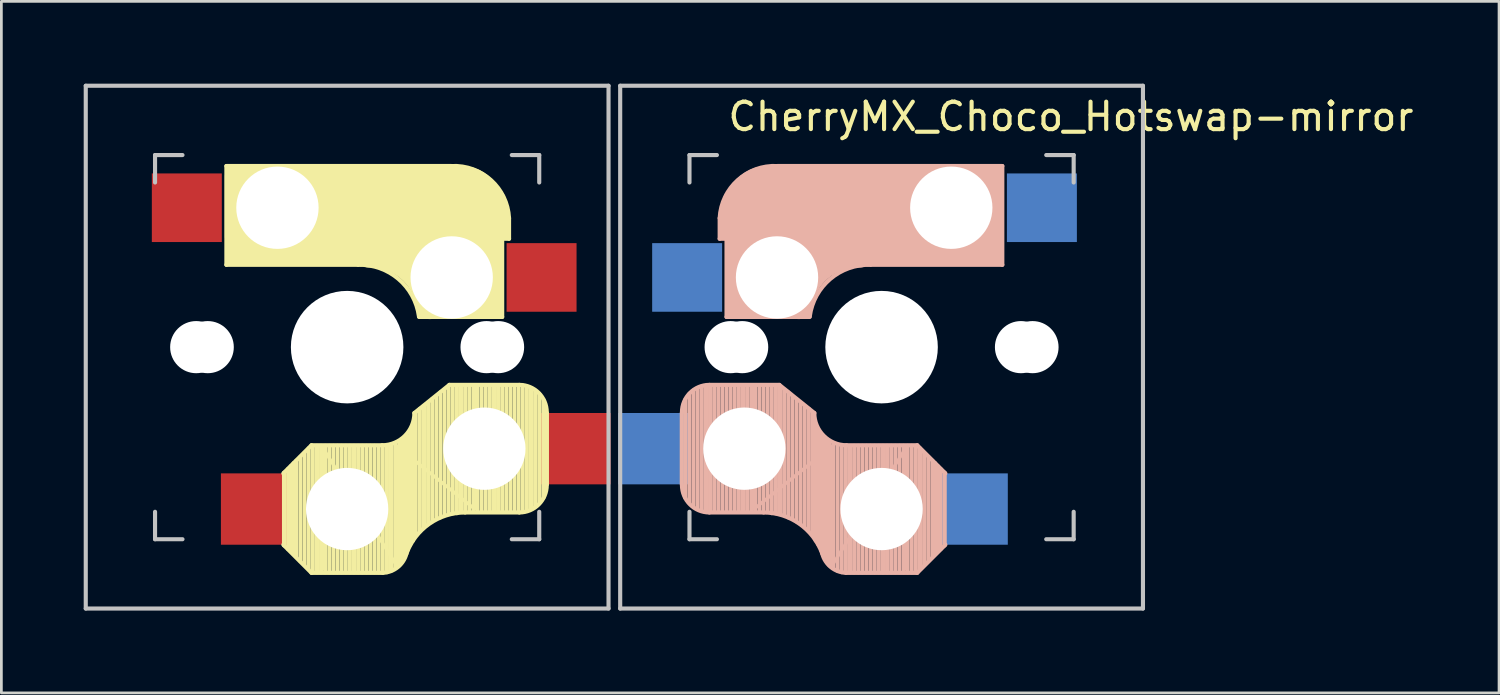
<source format=kicad_pcb>
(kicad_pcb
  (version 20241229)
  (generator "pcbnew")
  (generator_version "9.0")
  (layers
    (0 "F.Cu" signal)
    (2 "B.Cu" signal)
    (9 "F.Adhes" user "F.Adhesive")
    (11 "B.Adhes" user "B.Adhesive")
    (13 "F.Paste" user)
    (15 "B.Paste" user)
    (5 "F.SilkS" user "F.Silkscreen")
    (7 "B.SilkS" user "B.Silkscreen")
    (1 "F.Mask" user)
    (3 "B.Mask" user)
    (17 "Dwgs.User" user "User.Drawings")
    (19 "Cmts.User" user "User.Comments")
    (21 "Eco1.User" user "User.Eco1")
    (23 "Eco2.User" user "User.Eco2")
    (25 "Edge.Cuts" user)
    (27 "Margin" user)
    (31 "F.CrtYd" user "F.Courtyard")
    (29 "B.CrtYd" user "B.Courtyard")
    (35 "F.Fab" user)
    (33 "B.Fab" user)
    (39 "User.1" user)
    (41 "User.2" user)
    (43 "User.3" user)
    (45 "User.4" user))
  (footprint "CherryMX_Choco_Hotswap-mirror"
    (layer "F.Cu")
    (at 29.075 9.6)
    (property "Reference" "CherryMX_Choco_Hotswap-mirror" (at 6.9 -8.4 0) (layer "F.SilkS") (effects (font (size 1 1) (thickness 0.15))))
    (attr through_hole)
    (fp_line (start -23.875 -6.6) (end -15.675 -6.6) (stroke (width 0.15) (type solid)) (layer "F.SilkS"))
    (fp_line (start -23.875 -3) (end -23.875 -6.6) (stroke (width 0.15) (type solid)) (layer "F.SilkS"))
    (fp_line (start -23.855 -4) (end -23.855 -6.25) (stroke (width 0.15) (type solid)) (layer "F.SilkS"))
    (fp_line (start -23.725 -6.4) (end -22.475 -6.4) (stroke (width 0.4) (type solid)) (layer "F.SilkS"))
    (fp_line (start -23.675 -3.25) (end -22.375 -3.3) (stroke (width 0.5) (type solid)) (layer "F.SilkS"))
    (fp_line (start -23.375 -6) (end -23.375 -3.5) (stroke (width 1) (type solid)) (layer "F.SilkS"))
    (fp_line (start -22.075 -4.8) (end -15.375 -4.8) (stroke (width 3.5) (type solid)) (layer "F.SilkS"))
    (fp_line (start -21.8 7.2) (end -20.775 8.225) (stroke (width 0.15) (type solid)) (layer "F.SilkS"))
    (fp_line (start -21.775 4.575) (end -21.775 7.225) (stroke (width 0.15) (type solid)) (layer "F.SilkS"))
    (fp_line (start -21.625 7.36) (end -21.625 4.44) (stroke (width 0.15) (type solid)) (layer "F.SilkS"))
    (fp_line (start -21.525 7.44) (end -21.525 4.34) (stroke (width 0.15) (type solid)) (layer "F.SilkS"))
    (fp_line (start -21.425 7.54) (end -21.425 4.23) (stroke (width 0.15) (type solid)) (layer "F.SilkS"))
    (fp_line (start -21.325 7.64) (end -21.325 4.14) (stroke (width 0.15) (type solid)) (layer "F.SilkS"))
    (fp_line (start -21.175 7.8) (end -21.175 4) (stroke (width 0.15) (type solid)) (layer "F.SilkS"))
    (fp_line (start -21.025 7.93) (end -21.025 3.85) (stroke (width 0.15) (type solid)) (layer "F.SilkS"))
    (fp_line (start -20.875 8.09) (end -20.875 3.69) (stroke (width 0.15) (type solid)) (layer "F.SilkS"))
    (fp_line (start -20.775 3.575) (end -21.8 4.6) (stroke (width 0.15) (type solid)) (layer "F.SilkS"))
    (fp_line (start -20.775 3.575) (end -18.2 3.575) (stroke (width 0.15) (type solid)) (layer "F.SilkS"))
    (fp_line (start -20.775 8.225) (end -18.175 8.225) (stroke (width 0.15) (type solid)) (layer "F.SilkS"))
    (fp_line (start -20.725 8.2) (end -20.725 3.6) (stroke (width 0.15) (type solid)) (layer "F.SilkS"))
    (fp_line (start -20.575 8.2) (end -20.575 3.6) (stroke (width 0.15) (type solid)) (layer "F.SilkS"))
    (fp_line (start -20.425 8.2) (end -20.425 3.6) (stroke (width 0.15) (type solid)) (layer "F.SilkS"))
    (fp_line (start -20.375 3.65) (end -17.675 7.95) (stroke (width 0.12) (type solid)) (layer "F.SilkS"))
    (fp_line (start -20.375 8.1) (end -20.375 3.65) (stroke (width 0.12) (type solid)) (layer "F.SilkS"))
    (fp_line (start -20.275 8.2) (end -20.275 3.6) (stroke (width 0.15) (type solid)) (layer "F.SilkS"))
    (fp_line (start -20.125 8.2) (end -20.125 3.6) (stroke (width 0.15) (type solid)) (layer "F.SilkS"))
    (fp_line (start -19.975 8.2) (end -19.975 3.6) (stroke (width 0.15) (type solid)) (layer "F.SilkS"))
    (fp_line (start -19.825 8.2) (end -19.825 3.6) (stroke (width 0.15) (type solid)) (layer "F.SilkS"))
    (fp_line (start -19.675 8.2) (end -19.675 3.6) (stroke (width 0.15) (type solid)) (layer "F.SilkS"))
    (fp_line (start -19.525 8.2) (end -19.525 3.6) (stroke (width 0.15) (type solid)) (layer "F.SilkS"))
    (fp_line (start -19.375 8.2) (end -19.375 3.6) (stroke (width 0.15) (type solid)) (layer "F.SilkS"))
    (fp_line (start -19.225 8.2) (end -19.225 3.6) (stroke (width 0.15) (type solid)) (layer "F.SilkS"))
    (fp_line (start -19.075 -3) (end -23.875 -3) (stroke (width 0.15) (type solid)) (layer "F.SilkS"))
    (fp_line (start -19.075 8.2) (end -19.075 3.6) (stroke (width 0.15) (type solid)) (layer "F.SilkS"))
    (fp_line (start -18.925 8.2) (end -18.925 3.6) (stroke (width 0.15) (type solid)) (layer "F.SilkS"))
    (fp_line (start -18.775 8.2) (end -18.775 3.6) (stroke (width 0.15) (type solid)) (layer "F.SilkS"))
    (fp_line (start -18.625 8.2) (end -18.625 3.6) (stroke (width 0.15) (type solid)) (layer "F.SilkS"))
    (fp_line (start -18.475 8.2) (end -18.475 3.6) (stroke (width 0.15) (type solid)) (layer "F.SilkS"))
    (fp_line (start -18.325 8.2) (end -18.325 3.65) (stroke (width 0.15) (type solid)) (layer "F.SilkS"))
    (fp_line (start -18.175 8.2) (end -18.175 3.6) (stroke (width 0.15) (type solid)) (layer "F.SilkS"))
    (fp_line (start -18.025 8.2) (end -18.025 3.6) (stroke (width 0.15) (type solid)) (layer "F.SilkS"))
    (fp_line (start -17.875 8.15) (end -17.875 3.6) (stroke (width 0.15) (type solid)) (layer "F.SilkS"))
    (fp_line (start -17.725 8.05) (end -17.725 3.5) (stroke (width 0.15) (type solid)) (layer "F.SilkS"))
    (fp_line (start -17.675 3.6) (end -14.825 5.9) (stroke (width 0.12) (type solid)) (layer "F.SilkS"))
    (fp_line (start -17.675 7.95) (end -17.675 3.6) (stroke (width 0.12) (type solid)) (layer "F.SilkS"))
    (fp_line (start -17.575 7.95) (end -17.575 3.45) (stroke (width 0.15) (type solid)) (layer "F.SilkS"))
    (fp_line (start -17.475 7.8) (end -17.475 3.4) (stroke (width 0.15) (type solid)) (layer "F.SilkS"))
    (fp_line (start -17.375 7.55) (end -17.375 3.35) (stroke (width 0.15) (type solid)) (layer "F.SilkS"))
    (fp_line (start -17.275 7.4) (end -17.275 3.25) (stroke (width 0.15) (type solid)) (layer "F.SilkS"))
    (fp_line (start -17.175 7.2) (end -17.175 3.05) (stroke (width 0.15) (type solid)) (layer "F.SilkS"))
    (fp_line (start -17.075 7.05) (end -17.075 2.9) (stroke (width 0.15) (type solid)) (layer "F.SilkS"))
    (fp_line (start -16.975 6.85) (end -16.975 2.4) (stroke (width 0.15) (type solid)) (layer "F.SilkS"))
    (fp_line (start -16.825 6.7) (end -16.825 2.25) (stroke (width 0.15) (type solid)) (layer "F.SilkS"))
    (fp_line (start -16.675 6.55) (end -16.675 2.15) (stroke (width 0.15) (type solid)) (layer "F.SilkS"))
    (fp_line (start -16.525 6.45) (end -16.525 2.05) (stroke (width 0.15) (type solid)) (layer "F.SilkS"))
    (fp_line (start -16.375 6.35) (end -16.375 1.9) (stroke (width 0.15) (type solid)) (layer "F.SilkS"))
    (fp_line (start -16.225 6.25) (end -16.225 1.8) (stroke (width 0.15) (type solid)) (layer "F.SilkS"))
    (fp_line (start -16.075 6.2) (end -16.075 1.65) (stroke (width 0.15) (type solid)) (layer "F.SilkS"))
    (fp_line (start -15.925 6.1) (end -15.925 1.55) (stroke (width 0.15) (type solid)) (layer "F.SilkS"))
    (fp_line (start -15.775 6.05) (end -15.775 1.45) (stroke (width 0.15) (type solid)) (layer "F.SilkS"))
    (fp_line (start -15.75 1.375) (end -17.025 2.4) (stroke (width 0.15) (type solid)) (layer "F.SilkS"))
    (fp_line (start -15.75 1.375) (end -13.2 1.375) (stroke (width 0.15) (type solid)) (layer "F.SilkS"))
    (fp_line (start -15.625 6.05) (end -15.625 1.4) (stroke (width 0.15) (type solid)) (layer "F.SilkS"))
    (fp_line (start -15.475 6.05) (end -15.475 1.4) (stroke (width 0.15) (type solid)) (layer "F.SilkS"))
    (fp_line (start -15.325 6) (end -15.325 1.45) (stroke (width 0.15) (type solid)) (layer "F.SilkS"))
    (fp_line (start -15.305 -5.1) (end -15.305 -2.86) (stroke (width 3) (type solid)) (layer "F.SilkS"))
    (fp_line (start -15.175 6) (end -15.175 1.4) (stroke (width 0.15) (type solid)) (layer "F.SilkS"))
    (fp_line (start -15.175 6.025) (end -13.2 6.025) (stroke (width 0.15) (type solid)) (layer "F.SilkS"))
    (fp_line (start -15.025 6) (end -15.025 1.4) (stroke (width 0.15) (type solid)) (layer "F.SilkS"))
    (fp_line (start -14.875 6) (end -14.875 1.4) (stroke (width 0.15) (type solid)) (layer "F.SilkS"))
    (fp_line (start -14.825 5.9) (end -14.825 1.4) (stroke (width 0.12) (type solid)) (layer "F.SilkS"))
    (fp_line (start -14.725 6) (end -14.725 1.4) (stroke (width 0.15) (type solid)) (layer "F.SilkS"))
    (fp_line (start -14.575 6) (end -14.575 1.4) (stroke (width 0.15) (type solid)) (layer "F.SilkS"))
    (fp_line (start -14.425 6) (end -14.425 1.4) (stroke (width 0.15) (type solid)) (layer "F.SilkS"))
    (fp_line (start -14.275 6) (end -14.275 1.4) (stroke (width 0.15) (type solid)) (layer "F.SilkS"))
    (fp_line (start -14.175 -1.6) (end -14.175 -3.4) (stroke (width 0.8) (type solid)) (layer "F.SilkS"))
    (fp_line (start -14.125 6) (end -14.125 1.4) (stroke (width 0.15) (type solid)) (layer "F.SilkS"))
    (fp_line (start -14.025 -1.3) (end -16.475 -1.3) (stroke (width 0.5) (type solid)) (layer "F.SilkS"))
    (fp_line (start -13.975 6) (end -13.975 1.4) (stroke (width 0.15) (type solid)) (layer "F.SilkS"))
    (fp_line (start -13.825 -5.55) (end -13.825 -1.1) (stroke (width 0.15) (type solid)) (layer "F.SilkS"))
    (fp_line (start -13.825 -1.1) (end -16.855 -1.1) (stroke (width 0.15) (type solid)) (layer "F.SilkS"))
    (fp_line (start -13.825 6) (end -13.825 1.4) (stroke (width 0.15) (type solid)) (layer "F.SilkS"))
    (fp_line (start -13.675 -4.05) (end -13.675 -4.7) (stroke (width 0.3) (type solid)) (layer "F.SilkS"))
    (fp_line (start -13.675 6) (end -13.675 1.4) (stroke (width 0.15) (type solid)) (layer "F.SilkS"))
    (fp_line (start -13.575 -4.7) (end -13.575 -3.95) (stroke (width 0.15) (type solid)) (layer "F.SilkS"))
    (fp_line (start -13.575 -3.95) (end -13.775 -3.95) (stroke (width 0.15) (type solid)) (layer "F.SilkS"))
    (fp_line (start -13.525 6) (end -13.525 1.4) (stroke (width 0.15) (type solid)) (layer "F.SilkS"))
    (fp_line (start -13.375 6) (end -13.375 1.4) (stroke (width 0.15) (type solid)) (layer "F.SilkS"))
    (fp_line (start -13.225 6) (end -13.225 1.4) (stroke (width 0.15) (type solid)) (layer "F.SilkS"))
    (fp_line (start -13.075 5.98) (end -13.075 1.4) (stroke (width 0.15) (type solid)) (layer "F.SilkS"))
    (fp_line (start -12.925 5.96) (end -12.925 1.44) (stroke (width 0.15) (type solid)) (layer "F.SilkS"))
    (fp_line (start -12.775 5.89) (end -12.775 1.49) (stroke (width 0.15) (type solid)) (layer "F.SilkS"))
    (fp_line (start -12.625 5.81) (end -12.625 1.58) (stroke (width 0.15) (type solid)) (layer "F.SilkS"))
    (fp_line (start -12.475 5.68) (end -12.475 1.7) (stroke (width 0.15) (type solid)) (layer "F.SilkS"))
    (fp_line (start -12.325 5.49) (end -12.325 1.92) (stroke (width 0.15) (type solid)) (layer "F.SilkS"))
    (fp_line (start -12.195 2.4) (end -12.195 5) (stroke (width 0.15) (type solid)) (layer "F.SilkS"))
    (fp_arc (start -19.075 -3) (mid -17.606291 -2.486118) (end -16.858682 -1.121471) (stroke (width 0.15) (type solid)) (layer "F.SilkS"))
    (fp_arc (start -18.675 -3.4) (mid -17.206291 -2.886118) (end -16.458682 -1.521471) (stroke (width 1) (type solid)) (layer "F.SilkS"))
    (fp_arc (start -17.312801 7.521904) (mid -17.626716 8.016021) (end -18.174005 8.223791) (stroke (width 0.15) (type solid)) (layer "F.SilkS"))
    (fp_arc (start -17.312801 7.521904) (mid -16.479886 6.436429) (end -15.175 6.025) (stroke (width 0.15) (type solid)) (layer "F.SilkS"))
    (fp_arc (start -17.025 2.4) (mid -17.36915 3.23085) (end -18.2 3.575) (stroke (width 0.15) (type solid)) (layer "F.SilkS"))
    (fp_arc (start -15.674999 -6.6) (mid -14.231496 -6.084924) (end -13.575 -4.699999) (stroke (width 0.15) (type solid)) (layer "F.SilkS"))
    (fp_arc (start -13.2 1.375) (mid -12.492893 1.667893) (end -12.2 2.375) (stroke (width 0.15) (type solid)) (layer "F.SilkS"))
    (fp_arc (start -12.2 5.025) (mid -12.492893 5.732107) (end -13.2 6.025) (stroke (width 0.15) (type solid)) (layer "F.SilkS"))
    (fp_line (start -7.28 2.4) (end -7.28 5) (stroke (width 0.15) (type solid)) (layer "B.SilkS"))
    (fp_line (start -7.15 5.49) (end -7.15 1.92) (stroke (width 0.15) (type solid)) (layer "B.SilkS"))
    (fp_line (start -7 5.68) (end -7 1.7) (stroke (width 0.15) (type solid)) (layer "B.SilkS"))
    (fp_line (start -6.85 5.81) (end -6.85 1.58) (stroke (width 0.15) (type solid)) (layer "B.SilkS"))
    (fp_line (start -6.7 5.89) (end -6.7 1.49) (stroke (width 0.15) (type solid)) (layer "B.SilkS"))
    (fp_line (start -6.55 5.96) (end -6.55 1.44) (stroke (width 0.15) (type solid)) (layer "B.SilkS"))
    (fp_line (start -6.4 5.98) (end -6.4 1.4) (stroke (width 0.15) (type solid)) (layer "B.SilkS"))
    (fp_line (start -6.25 6) (end -6.25 1.4) (stroke (width 0.15) (type solid)) (layer "B.SilkS"))
    (fp_line (start -6.1 6) (end -6.1 1.4) (stroke (width 0.15) (type solid)) (layer "B.SilkS"))
    (fp_line (start -5.95 6) (end -5.95 1.4) (stroke (width 0.15) (type solid)) (layer "B.SilkS"))
    (fp_line (start -5.9 -4.7) (end -5.9 -3.95) (stroke (width 0.15) (type solid)) (layer "B.SilkS"))
    (fp_line (start -5.9 -3.95) (end -5.7 -3.95) (stroke (width 0.15) (type solid)) (layer "B.SilkS"))
    (fp_line (start -5.8 -4.05) (end -5.8 -4.7) (stroke (width 0.3) (type solid)) (layer "B.SilkS"))
    (fp_line (start -5.8 6) (end -5.8 1.4) (stroke (width 0.15) (type solid)) (layer "B.SilkS"))
    (fp_line (start -5.65 -5.55) (end -5.65 -1.1) (stroke (width 0.15) (type solid)) (layer "B.SilkS"))
    (fp_line (start -5.65 -1.1) (end -2.62 -1.1) (stroke (width 0.15) (type solid)) (layer "B.SilkS"))
    (fp_line (start -5.65 6) (end -5.65 1.4) (stroke (width 0.15) (type solid)) (layer "B.SilkS"))
    (fp_line (start -5.5 6) (end -5.5 1.4) (stroke (width 0.15) (type solid)) (layer "B.SilkS"))
    (fp_line (start -5.45 -1.3) (end -3 -1.3) (stroke (width 0.5) (type solid)) (layer "B.SilkS"))
    (fp_line (start -5.35 6) (end -5.35 1.4) (stroke (width 0.15) (type solid)) (layer "B.SilkS"))
    (fp_line (start -5.3 -1.6) (end -5.3 -3.4) (stroke (width 0.8) (type solid)) (layer "B.SilkS"))
    (fp_line (start -5.2 6) (end -5.2 1.4) (stroke (width 0.15) (type solid)) (layer "B.SilkS"))
    (fp_line (start -5.05 6) (end -5.05 1.4) (stroke (width 0.15) (type solid)) (layer "B.SilkS"))
    (fp_line (start -4.9 6) (end -4.9 1.4) (stroke (width 0.15) (type solid)) (layer "B.SilkS"))
    (fp_line (start -4.75 6) (end -4.75 1.4) (stroke (width 0.15) (type solid)) (layer "B.SilkS"))
    (fp_line (start -4.65 5.9) (end -4.65 1.4) (stroke (width 0.12) (type solid)) (layer "B.SilkS"))
    (fp_line (start -4.6 6) (end -4.6 1.4) (stroke (width 0.15) (type solid)) (layer "B.SilkS"))
    (fp_line (start -4.45 6) (end -4.45 1.4) (stroke (width 0.15) (type solid)) (layer "B.SilkS"))
    (fp_line (start -4.3 6) (end -4.3 1.4) (stroke (width 0.15) (type solid)) (layer "B.SilkS"))
    (fp_line (start -4.3 6.025) (end -6.275 6.025) (stroke (width 0.15) (type solid)) (layer "B.SilkS"))
    (fp_line (start -4.17 -5.1) (end -4.17 -2.86) (stroke (width 3) (type solid)) (layer "B.SilkS"))
    (fp_line (start -4.15 6) (end -4.15 1.45) (stroke (width 0.15) (type solid)) (layer "B.SilkS"))
    (fp_line (start -4 6.05) (end -4 1.4) (stroke (width 0.15) (type solid)) (layer "B.SilkS"))
    (fp_line (start -3.85 6.05) (end -3.85 1.4) (stroke (width 0.15) (type solid)) (layer "B.SilkS"))
    (fp_line (start -3.725 1.375) (end -6.275 1.375) (stroke (width 0.15) (type solid)) (layer "B.SilkS"))
    (fp_line (start -3.725 1.375) (end -2.45 2.4) (stroke (width 0.15) (type solid)) (layer "B.SilkS"))
    (fp_line (start -3.7 6.05) (end -3.7 1.45) (stroke (width 0.15) (type solid)) (layer "B.SilkS"))
    (fp_line (start -3.55 6.1) (end -3.55 1.55) (stroke (width 0.15) (type solid)) (layer "B.SilkS"))
    (fp_line (start -3.4 6.2) (end -3.4 1.65) (stroke (width 0.15) (type solid)) (layer "B.SilkS"))
    (fp_line (start -3.25 6.25) (end -3.25 1.8) (stroke (width 0.15) (type solid)) (layer "B.SilkS"))
    (fp_line (start -3.1 6.35) (end -3.1 1.9) (stroke (width 0.15) (type solid)) (layer "B.SilkS"))
    (fp_line (start -2.95 6.45) (end -2.95 2.05) (stroke (width 0.15) (type solid)) (layer "B.SilkS"))
    (fp_line (start -2.8 6.55) (end -2.8 2.15) (stroke (width 0.15) (type solid)) (layer "B.SilkS"))
    (fp_line (start -2.65 6.7) (end -2.65 2.25) (stroke (width 0.15) (type solid)) (layer "B.SilkS"))
    (fp_line (start -2.5 6.85) (end -2.5 2.4) (stroke (width 0.15) (type solid)) (layer "B.SilkS"))
    (fp_line (start -2.4 7.05) (end -2.4 2.9) (stroke (width 0.15) (type solid)) (layer "B.SilkS"))
    (fp_line (start -2.3 7.2) (end -2.3 3.05) (stroke (width 0.15) (type solid)) (layer "B.SilkS"))
    (fp_line (start -2.2 7.4) (end -2.2 3.25) (stroke (width 0.15) (type solid)) (layer "B.SilkS"))
    (fp_line (start -2.1 7.55) (end -2.1 3.35) (stroke (width 0.15) (type solid)) (layer "B.SilkS"))
    (fp_line (start -2 7.8) (end -2 3.4) (stroke (width 0.15) (type solid)) (layer "B.SilkS"))
    (fp_line (start -1.9 7.95) (end -1.9 3.45) (stroke (width 0.15) (type solid)) (layer "B.SilkS"))
    (fp_line (start -1.8 3.6) (end -4.65 5.9) (stroke (width 0.12) (type solid)) (layer "B.SilkS"))
    (fp_line (start -1.8 7.95) (end -1.8 3.6) (stroke (width 0.12) (type solid)) (layer "B.SilkS"))
    (fp_line (start -1.75 8.05) (end -1.75 3.5) (stroke (width 0.15) (type solid)) (layer "B.SilkS"))
    (fp_line (start -1.6 8.15) (end -1.6 3.6) (stroke (width 0.15) (type solid)) (layer "B.SilkS"))
    (fp_line (start -1.45 8.2) (end -1.45 3.6) (stroke (width 0.15) (type solid)) (layer "B.SilkS"))
    (fp_line (start -1.3 8.2) (end -1.3 3.6) (stroke (width 0.15) (type solid)) (layer "B.SilkS"))
    (fp_line (start -1.15 8.2) (end -1.15 3.65) (stroke (width 0.15) (type solid)) (layer "B.SilkS"))
    (fp_line (start -1 8.2) (end -1 3.6) (stroke (width 0.15) (type solid)) (layer "B.SilkS"))
    (fp_line (start -0.85 8.2) (end -0.85 3.6) (stroke (width 0.15) (type solid)) (layer "B.SilkS"))
    (fp_line (start -0.7 8.2) (end -0.7 3.6) (stroke (width 0.15) (type solid)) (layer "B.SilkS"))
    (fp_line (start -0.55 8.2) (end -0.55 3.6) (stroke (width 0.15) (type solid)) (layer "B.SilkS"))
    (fp_line (start -0.4 -3) (end 4.4 -3) (stroke (width 0.15) (type solid)) (layer "B.SilkS"))
    (fp_line (start -0.4 8.2) (end -0.4 3.6) (stroke (width 0.15) (type solid)) (layer "B.SilkS"))
    (fp_line (start -0.25 8.2) (end -0.25 3.6) (stroke (width 0.15) (type solid)) (layer "B.SilkS"))
    (fp_line (start -0.1 8.2) (end -0.1 3.6) (stroke (width 0.15) (type solid)) (layer "B.SilkS"))
    (fp_line (start 0.05 8.2) (end 0.05 3.6) (stroke (width 0.15) (type solid)) (layer "B.SilkS"))
    (fp_line (start 0.2 8.2) (end 0.2 3.6) (stroke (width 0.15) (type solid)) (layer "B.SilkS"))
    (fp_line (start 0.35 8.2) (end 0.35 3.6) (stroke (width 0.15) (type solid)) (layer "B.SilkS"))
    (fp_line (start 0.5 8.2) (end 0.5 3.6) (stroke (width 0.15) (type solid)) (layer "B.SilkS"))
    (fp_line (start 0.65 8.2) (end 0.65 3.6) (stroke (width 0.15) (type solid)) (layer "B.SilkS"))
    (fp_line (start 0.8 8.2) (end 0.8 3.6) (stroke (width 0.15) (type solid)) (layer "B.SilkS"))
    (fp_line (start 0.9 3.65) (end -1.8 7.95) (stroke (width 0.12) (type solid)) (layer "B.SilkS"))
    (fp_line (start 0.9 8.1) (end 0.9 3.65) (stroke (width 0.12) (type solid)) (layer "B.SilkS"))
    (fp_line (start 0.95 8.2) (end 0.95 3.6) (stroke (width 0.15) (type solid)) (layer "B.SilkS"))
    (fp_line (start 1.1 8.2) (end 1.1 3.6) (stroke (width 0.15) (type solid)) (layer "B.SilkS"))
    (fp_line (start 1.25 8.2) (end 1.25 3.6) (stroke (width 0.15) (type solid)) (layer "B.SilkS"))
    (fp_line (start 1.3 3.575) (end -1.275 3.575) (stroke (width 0.15) (type solid)) (layer "B.SilkS"))
    (fp_line (start 1.3 3.575) (end 2.325 4.6) (stroke (width 0.15) (type solid)) (layer "B.SilkS"))
    (fp_line (start 1.3 8.225) (end -1.3 8.225) (stroke (width 0.15) (type solid)) (layer "B.SilkS"))
    (fp_line (start 1.4 8.09) (end 1.4 3.69) (stroke (width 0.15) (type solid)) (layer "B.SilkS"))
    (fp_line (start 1.55 7.93) (end 1.55 3.85) (stroke (width 0.15) (type solid)) (layer "B.SilkS"))
    (fp_line (start 1.7 7.8) (end 1.7 4) (stroke (width 0.15) (type solid)) (layer "B.SilkS"))
    (fp_line (start 1.85 7.64) (end 1.85 4.14) (stroke (width 0.15) (type solid)) (layer "B.SilkS"))
    (fp_line (start 1.95 7.54) (end 1.95 4.23) (stroke (width 0.15) (type solid)) (layer "B.SilkS"))
    (fp_line (start 2.05 7.44) (end 2.05 4.34) (stroke (width 0.15) (type solid)) (layer "B.SilkS"))
    (fp_line (start 2.15 7.36) (end 2.15 4.44) (stroke (width 0.15) (type solid)) (layer "B.SilkS"))
    (fp_line (start 2.3 4.575) (end 2.3 7.225) (stroke (width 0.15) (type solid)) (layer "B.SilkS"))
    (fp_line (start 2.325 7.2) (end 1.3 8.225) (stroke (width 0.15) (type solid)) (layer "B.SilkS"))
    (fp_line (start 2.6 -4.8) (end -4.1 -4.8) (stroke (width 3.5) (type solid)) (layer "B.SilkS"))
    (fp_line (start 3.9 -6) (end 3.9 -3.5) (stroke (width 1) (type solid)) (layer "B.SilkS"))
    (fp_line (start 4.2 -3.25) (end 2.9 -3.3) (stroke (width 0.5) (type solid)) (layer "B.SilkS"))
    (fp_line (start 4.25 -6.4) (end 3 -6.4) (stroke (width 0.4) (type solid)) (layer "B.SilkS"))
    (fp_line (start 4.38 -4) (end 4.38 -6.25) (stroke (width 0.15) (type solid)) (layer "B.SilkS"))
    (fp_line (start 4.4 -6.6) (end -3.8 -6.6) (stroke (width 0.15) (type solid)) (layer "B.SilkS"))
    (fp_line (start 4.4 -3) (end 4.4 -6.6) (stroke (width 0.15) (type solid)) (layer "B.SilkS"))
    (fp_arc (start -7.275 2.375) (mid -6.982107 1.667893) (end -6.275 1.375) (stroke (width 0.15) (type solid)) (layer "B.SilkS"))
    (fp_arc (start -6.275 6.025) (mid -6.982107 5.732107) (end -7.275 5.025) (stroke (width 0.15) (type solid)) (layer "B.SilkS"))
    (fp_arc (start -5.9 -4.699999) (mid -5.243504 -6.084924) (end -3.800001 -6.6) (stroke (width 0.15) (type solid)) (layer "B.SilkS"))
    (fp_arc (start -4.3 6.025) (mid -2.995114 6.436429) (end -2.162199 7.521904) (stroke (width 0.15) (type solid)) (layer "B.SilkS"))
    (fp_arc (start -3.016318 -1.521471) (mid -2.268709 -2.886118) (end -0.8 -3.4) (stroke (width 1) (type solid)) (layer "B.SilkS"))
    (fp_arc (start -2.616318 -1.121471) (mid -1.868709 -2.486118) (end -0.4 -3) (stroke (width 0.15) (type solid)) (layer "B.SilkS"))
    (fp_arc (start -1.300995 8.223791) (mid -1.848284 8.016021) (end -2.162199 7.521904) (stroke (width 0.15) (type solid)) (layer "B.SilkS"))
    (fp_arc (start -1.275 3.575) (mid -2.10585 3.23085) (end -2.45 2.4) (stroke (width 0.15) (type solid)) (layer "B.SilkS"))
    (fp_line (start -29 -9.525) (end -29 9.525) (stroke (width 0.15) (type solid)) (layer "Dwgs.User"))
    (fp_line (start -29 9.525) (end -9.95 9.525) (stroke (width 0.15) (type solid)) (layer "Dwgs.User"))
    (fp_line (start -26.475 -7) (end -26.475 -6) (stroke (width 0.15) (type solid)) (layer "Dwgs.User"))
    (fp_line (start -26.475 -7) (end -25.475 -7) (stroke (width 0.15) (type solid)) (layer "Dwgs.User"))
    (fp_line (start -26.475 7) (end -26.475 6) (stroke (width 0.15) (type solid)) (layer "Dwgs.User"))
    (fp_line (start -25.475 7) (end -26.475 7) (stroke (width 0.15) (type solid)) (layer "Dwgs.User"))
    (fp_line (start -12.475 -7) (end -13.475 -7) (stroke (width 0.15) (type solid)) (layer "Dwgs.User"))
    (fp_line (start -12.475 -6) (end -12.475 -7) (stroke (width 0.15) (type solid)) (layer "Dwgs.User"))
    (fp_line (start -12.475 6) (end -12.475 7) (stroke (width 0.15) (type solid)) (layer "Dwgs.User"))
    (fp_line (start -12.475 7) (end -13.475 7) (stroke (width 0.15) (type solid)) (layer "Dwgs.User"))
    (fp_line (start -9.95 -9.525) (end -29 -9.525) (stroke (width 0.15) (type solid)) (layer "Dwgs.User"))
    (fp_line (start -9.95 9.525) (end -9.95 -9.525) (stroke (width 0.15) (type solid)) (layer "Dwgs.User"))
    (fp_line (start -9.525 -9.525) (end 9.525 -9.525) (stroke (width 0.15) (type solid)) (layer "Dwgs.User"))
    (fp_line (start -9.525 9.525) (end -9.525 -9.525) (stroke (width 0.15) (type solid)) (layer "Dwgs.User"))
    (fp_line (start -7 -7) (end -6 -7) (stroke (width 0.15) (type solid)) (layer "Dwgs.User"))
    (fp_line (start -7 -6) (end -7 -7) (stroke (width 0.15) (type solid)) (layer "Dwgs.User"))
    (fp_line (start -7 6) (end -7 7) (stroke (width 0.15) (type solid)) (layer "Dwgs.User"))
    (fp_line (start -7 7) (end -6 7) (stroke (width 0.15) (type solid)) (layer "Dwgs.User"))
    (fp_line (start 6 7) (end 7 7) (stroke (width 0.15) (type solid)) (layer "Dwgs.User"))
    (fp_line (start 7 -7) (end 6 -7) (stroke (width 0.15) (type solid)) (layer "Dwgs.User"))
    (fp_line (start 7 -7) (end 7 -6) (stroke (width 0.15) (type solid)) (layer "Dwgs.User"))
    (fp_line (start 7 7) (end 7 6) (stroke (width 0.15) (type solid)) (layer "Dwgs.User"))
    (fp_line (start 9.525 -9.525) (end 9.525 9.525) (stroke (width 0.15) (type solid)) (layer "Dwgs.User"))
    (fp_line (start 9.525 9.525) (end -9.525 9.525) (stroke (width 0.15) (type solid)) (layer "Dwgs.User"))
    (pad "" np_thru_hole circle (at -24.975 0 270) (size 1.9 1.9) (drill 1.9) (layers "*.Cu"))
    (pad "" np_thru_hole circle (at -24.555 0) (size 1.9 1.9) (drill 1.9) (layers "*.Cu" "*.Mask"))
    (pad "" np_thru_hole circle (at -22.015 -5.08) (size 3 3) (drill 3) (layers "*.Cu" "*.Mask"))
    (pad "" np_thru_hole circle (at -19.475 0 270) (size 4.1 4.1) (drill 4.1) (layers "*.Cu"))
    (pad "" np_thru_hole circle (at -19.475 5.9 270) (size 3 3) (drill 3) (layers "*.Cu" "*.Mask"))
    (pad "" np_thru_hole circle (at -15.665 -2.54) (size 3 3) (drill 3) (layers "*.Cu" "*.Mask"))
    (pad "" np_thru_hole circle (at -14.475 3.7 270) (size 3 3) (drill 3) (layers "*.Cu" "*.Mask"))
    (pad "" np_thru_hole circle (at -14.395 0) (size 1.9 1.9) (drill 1.9) (layers "*.Cu" "*.Mask"))
    (pad "" np_thru_hole circle (at -13.975 0 270) (size 1.9 1.9) (drill 1.9) (layers "*.Cu"))
    (pad "" np_thru_hole circle (at -5.5 0 90) (size 1.9 1.9) (drill 1.9) (layers "*.Cu"))
    (pad "" np_thru_hole circle (at -5.08 0) (size 1.9 1.9) (drill 1.9) (layers "*.Cu" "*.Mask"))
    (pad "" np_thru_hole circle (at -5 3.7 90) (size 3 3) (drill 3) (layers "*.Cu" "*.Mask"))
    (pad "" np_thru_hole circle (at -3.81 -2.54) (size 3 3) (drill 3) (layers "*.Cu" "*.Mask"))
    (pad "" np_thru_hole circle (at 0 0 90) (size 4.1 4.1) (drill 4.1) (layers "*.Cu"))
    (pad "" np_thru_hole circle (at 0 5.9 90) (size 3 3) (drill 3) (layers "*.Cu" "*.Mask"))
    (pad "" np_thru_hole circle (at 2.54 -5.08) (size 3 3) (drill 3) (layers "*.Cu" "*.Mask"))
    (pad "" np_thru_hole circle (at 5.08 0) (size 1.9 1.9) (drill 1.9) (layers "*.Cu" "*.Mask"))
    (pad "" np_thru_hole circle (at 5.5 0 90) (size 1.9 1.9) (drill 1.9) (layers "*.Cu"))
    (pad "1" smd rect (at -12.39 -2.54 180) (size 2.55 2.5) (layers "F.Cu" "F.Mask" "F.Paste"))
    (pad "1" smd rect (at -11.175 3.7 180) (size 2.6 2.6) (layers "F.Cu" "F.Mask" "F.Paste"))
    (pad "1" smd rect (at -8.3 3.7 180) (size 2.6 2.6) (layers "B.Cu" "B.Mask" "B.Paste"))
    (pad "1" smd rect (at -7.085 -2.54 180) (size 2.55 2.5) (layers "B.Cu" "B.Mask" "B.Paste"))
    (pad "2" smd rect (at -25.317 -5.08 180) (size 2.55 2.5) (layers "F.Cu" "F.Mask" "F.Paste"))
    (pad "2" smd rect (at -22.775 5.9 180) (size 2.6 2.6) (layers "F.Cu" "F.Mask" "F.Paste"))
    (pad "2" smd rect (at 3.3 5.9 180) (size 2.6 2.6) (layers "B.Cu" "B.Mask" "B.Paste"))
    (pad "2" smd rect (at 5.842 -5.08 180) (size 2.55 2.5) (layers "B.Cu" "B.Mask" "B.Paste")))
  (gr_rect
    (start -3 -3)
    (end 51.576 22.2)
    (stroke (width 0.1) (type default))
    (fill no)
    (layer "Edge.Cuts")))
</source>
